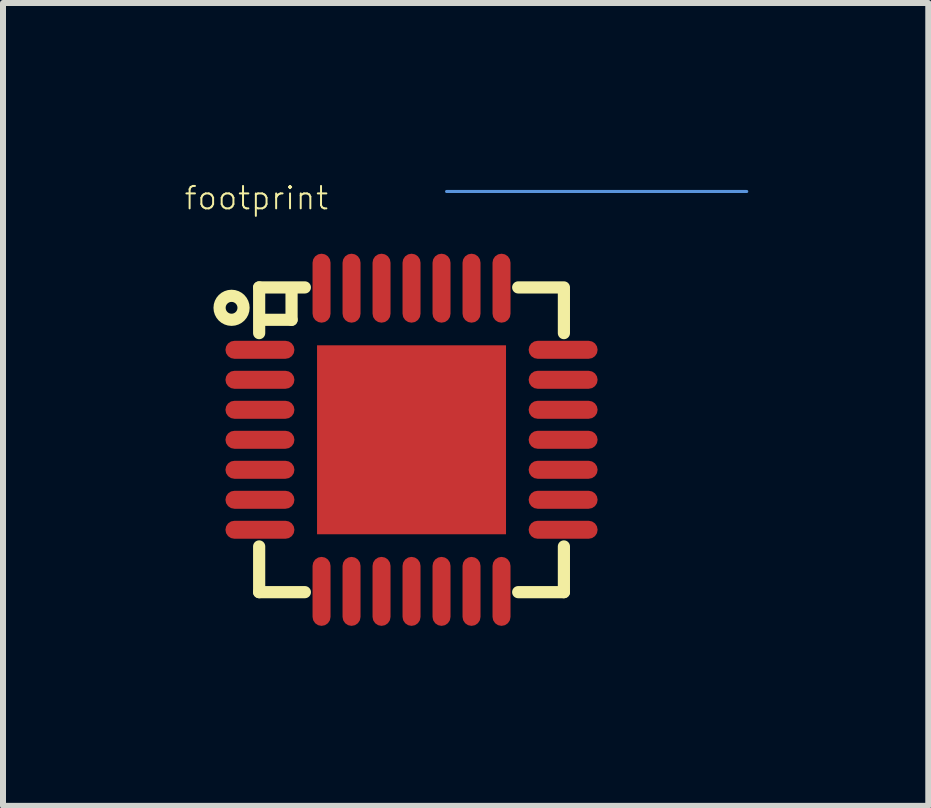
<source format=kicad_pcb>
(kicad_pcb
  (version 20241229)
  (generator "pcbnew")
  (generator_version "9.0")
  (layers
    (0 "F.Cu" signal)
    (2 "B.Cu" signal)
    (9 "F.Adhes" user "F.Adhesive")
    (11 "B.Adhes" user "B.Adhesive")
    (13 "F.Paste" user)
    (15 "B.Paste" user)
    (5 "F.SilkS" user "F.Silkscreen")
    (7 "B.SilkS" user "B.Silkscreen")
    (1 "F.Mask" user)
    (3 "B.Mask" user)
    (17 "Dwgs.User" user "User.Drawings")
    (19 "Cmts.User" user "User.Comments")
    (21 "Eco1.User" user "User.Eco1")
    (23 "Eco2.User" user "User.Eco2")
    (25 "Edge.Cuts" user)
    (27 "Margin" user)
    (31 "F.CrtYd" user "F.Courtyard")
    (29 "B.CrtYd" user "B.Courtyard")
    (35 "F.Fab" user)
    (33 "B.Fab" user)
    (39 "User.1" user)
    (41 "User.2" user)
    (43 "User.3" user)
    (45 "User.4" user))
  (footprint "footprint"
    (layer "F.Cu")
    (at 3.81 4.281)
    (property "Reference" "footprint" (at -3.81 -3.81 0) (layer "F.SilkS") (effects (font (size 0.374 0.374) (thickness 0.033)) (justify left bottom)))
    (fp_line (start -2.54 -2.54) (end -2.54 -1.778) (stroke (width 0.203) (type solid)) (layer "F.SilkS"))
    (fp_line (start -2.54 -2.54) (end -1.778 -2.54) (stroke (width 0.203) (type solid)) (layer "F.SilkS"))
    (fp_line (start -2.54 2.54) (end -2.54 1.778) (stroke (width 0.203) (type solid)) (layer "F.SilkS"))
    (fp_line (start -2.54 2.54) (end -1.778 2.54) (stroke (width 0.203) (type solid)) (layer "F.SilkS"))
    (fp_line (start -2 -2.5) (end -2 -2) (stroke (width 0.203) (type solid)) (layer "F.SilkS"))
    (fp_line (start -2 -2) (end -2.5 -2) (stroke (width 0.203) (type solid)) (layer "F.SilkS"))
    (fp_line (start 2.54 -2.54) (end 1.778 -2.54) (stroke (width 0.203) (type solid)) (layer "F.SilkS"))
    (fp_line (start 2.54 -2.5) (end 2.54 -1.778) (stroke (width 0.203) (type solid)) (layer "F.SilkS"))
    (fp_line (start 2.54 2.54) (end 1.778 2.54) (stroke (width 0.203) (type solid)) (layer "F.SilkS"))
    (fp_line (start 2.54 2.54) (end 2.54 1.778) (stroke (width 0.203) (type solid)) (layer "F.SilkS"))
    (fp_circle (center -3 -2.2) (end -2.8 -2.2) (stroke (width 0.203) (type solid)) (fill no) (layer "F.SilkS"))
    (fp_poly (pts (xy -1.016 -0.254) (xy -0.254 -0.254) (xy -0.254 -1.016) (xy -1.016 -1.016)) (stroke (width 0) (type solid)) (fill yes) (layer "F.Paste"))
    (fp_poly (pts (xy -1.016 1.016) (xy -0.254 1.016) (xy -0.254 0.254) (xy -1.016 0.254)) (stroke (width 0) (type solid)) (fill yes) (layer "F.Paste"))
    (fp_poly (pts (xy 0.254 -0.254) (xy 1.016 -0.254) (xy 1.016 -1.016) (xy 0.254 -1.016)) (stroke (width 0) (type solid)) (fill yes) (layer "F.Paste"))
    (fp_poly (pts (xy 0.254 1.016) (xy 1.016 1.016) (xy 1.016 0.254) (xy 0.254 0.254)) (stroke (width 0) (type solid)) (fill yes) (layer "F.Paste"))
    (fp_line (start 0.584 -4.139) (end 5.588 -4.139) (stroke (width 0.051) (type solid)) (layer "Cmts.User"))
    (pad "P$1" smd roundrect (at -2.527 -1.5 90) (size 0.3 1.15) (layers "F.Cu" "F.Mask" "F.Paste") (roundrect_rratio 0.5))
    (pad "P$2" smd roundrect (at -2.527 -1 90) (size 0.3 1.15) (layers "F.Cu" "F.Mask" "F.Paste") (roundrect_rratio 0.5))
    (pad "P$3" smd roundrect (at -2.527 -0.5 90) (size 0.3 1.15) (layers "F.Cu" "F.Mask" "F.Paste") (roundrect_rratio 0.5))
    (pad "P$4" smd roundrect (at -2.527 0 90) (size 0.3 1.15) (layers "F.Cu" "F.Mask" "F.Paste") (roundrect_rratio 0.5))
    (pad "P$5" smd roundrect (at -2.527 0.5 90) (size 0.3 1.15) (layers "F.Cu" "F.Mask" "F.Paste") (roundrect_rratio 0.5))
    (pad "P$6" smd roundrect (at -2.527 1 90) (size 0.3 1.15) (layers "F.Cu" "F.Mask" "F.Paste") (roundrect_rratio 0.5))
    (pad "P$7" smd roundrect (at -2.527 1.5 90) (size 0.3 1.15) (layers "F.Cu" "F.Mask" "F.Paste") (roundrect_rratio 0.5))
    (pad "P$8" smd roundrect (at -1.5 2.527 180) (size 0.3 1.15) (layers "F.Cu" "F.Mask" "F.Paste") (roundrect_rratio 0.5))
    (pad "P$9" smd roundrect (at -1 2.527 180) (size 0.3 1.15) (layers "F.Cu" "F.Mask" "F.Paste") (roundrect_rratio 0.5))
    (pad "P$10" smd roundrect (at -0.5 2.527 180) (size 0.3 1.15) (layers "F.Cu" "F.Mask" "F.Paste") (roundrect_rratio 0.5))
    (pad "P$11" smd roundrect (at 0 2.527 180) (size 0.3 1.15) (layers "F.Cu" "F.Mask" "F.Paste") (roundrect_rratio 0.5))
    (pad "P$12" smd roundrect (at 0.5 2.527 180) (size 0.3 1.15) (layers "F.Cu" "F.Mask" "F.Paste") (roundrect_rratio 0.5))
    (pad "P$13" smd roundrect (at 1 2.527 180) (size 0.3 1.15) (layers "F.Cu" "F.Mask" "F.Paste") (roundrect_rratio 0.5))
    (pad "P$14" smd roundrect (at 1.5 2.527 180) (size 0.3 1.15) (layers "F.Cu" "F.Mask" "F.Paste") (roundrect_rratio 0.5))
    (pad "P$15" smd roundrect (at 2.527 1.5 270) (size 0.3 1.15) (layers "F.Cu" "F.Mask" "F.Paste") (roundrect_rratio 0.5))
    (pad "P$16" smd roundrect (at 2.527 1 270) (size 0.3 1.15) (layers "F.Cu" "F.Mask" "F.Paste") (roundrect_rratio 0.5))
    (pad "P$17" smd roundrect (at 2.527 0.5 270) (size 0.3 1.15) (layers "F.Cu" "F.Mask" "F.Paste") (roundrect_rratio 0.5))
    (pad "P$18" smd roundrect (at 2.527 0 270) (size 0.3 1.15) (layers "F.Cu" "F.Mask" "F.Paste") (roundrect_rratio 0.5))
    (pad "P$19" smd roundrect (at 2.527 -0.5 270) (size 0.3 1.15) (layers "F.Cu" "F.Mask" "F.Paste") (roundrect_rratio 0.5))
    (pad "P$20" smd roundrect (at 2.527 -1 270) (size 0.3 1.15) (layers "F.Cu" "F.Mask" "F.Paste") (roundrect_rratio 0.5))
    (pad "P$21" smd roundrect (at 2.527 -1.5 270) (size 0.3 1.15) (layers "F.Cu" "F.Mask" "F.Paste") (roundrect_rratio 0.5))
    (pad "P$22" smd roundrect (at 1.5 -2.527) (size 0.3 1.15) (layers "F.Cu" "F.Mask" "F.Paste") (roundrect_rratio 0.5))
    (pad "P$23" smd roundrect (at 1 -2.527) (size 0.3 1.15) (layers "F.Cu" "F.Mask" "F.Paste") (roundrect_rratio 0.5))
    (pad "P$24" smd roundrect (at 0.5 -2.527) (size 0.3 1.15) (layers "F.Cu" "F.Mask" "F.Paste") (roundrect_rratio 0.5))
    (pad "P$25" smd roundrect (at 0 -2.527) (size 0.3 1.15) (layers "F.Cu" "F.Mask" "F.Paste") (roundrect_rratio 0.5))
    (pad "P$26" smd roundrect (at -0.5 -2.527) (size 0.3 1.15) (layers "F.Cu" "F.Mask" "F.Paste") (roundrect_rratio 0.5))
    (pad "P$27" smd roundrect (at -1 -2.527) (size 0.3 1.15) (layers "F.Cu" "F.Mask" "F.Paste") (roundrect_rratio 0.5))
    (pad "P$28" smd roundrect (at -1.5 -2.527) (size 0.3 1.15) (layers "F.Cu" "F.Mask" "F.Paste") (roundrect_rratio 0.5))
    (pad "P$29" smd rect (at 0 0) (size 3.15 3.15) (layers "F.Cu" "F.Mask")))
  (gr_rect
    (start -3 -3)
    (end 12.424 10.383)
    (stroke (width 0.1) (type default))
    (fill no)
    (layer "Edge.Cuts")))
</source>
